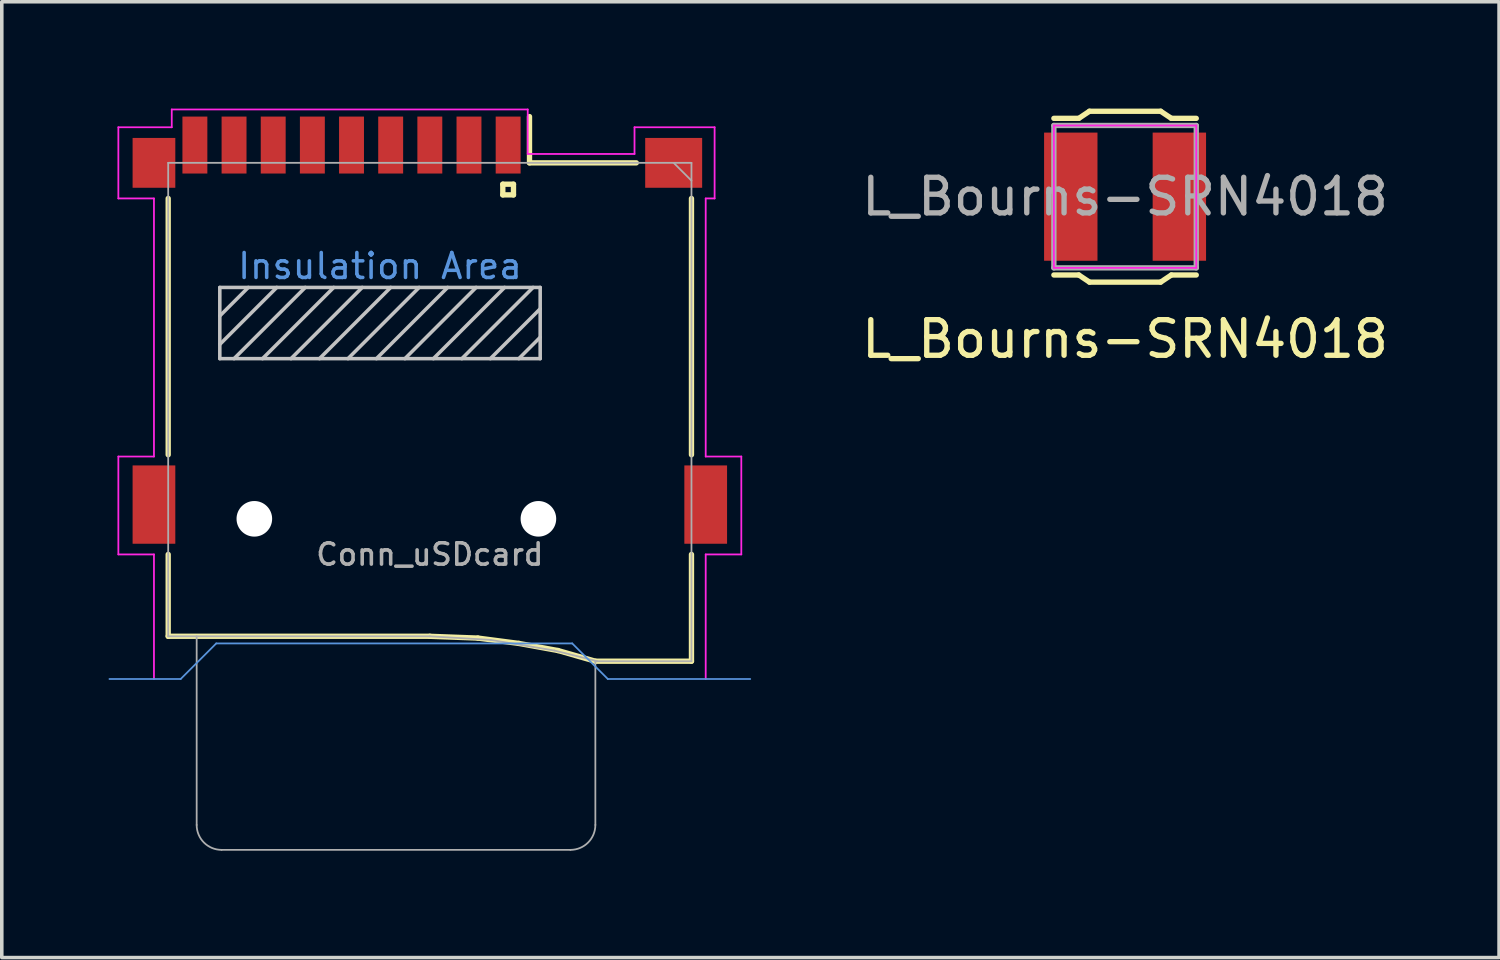
<source format=kicad_pcb>
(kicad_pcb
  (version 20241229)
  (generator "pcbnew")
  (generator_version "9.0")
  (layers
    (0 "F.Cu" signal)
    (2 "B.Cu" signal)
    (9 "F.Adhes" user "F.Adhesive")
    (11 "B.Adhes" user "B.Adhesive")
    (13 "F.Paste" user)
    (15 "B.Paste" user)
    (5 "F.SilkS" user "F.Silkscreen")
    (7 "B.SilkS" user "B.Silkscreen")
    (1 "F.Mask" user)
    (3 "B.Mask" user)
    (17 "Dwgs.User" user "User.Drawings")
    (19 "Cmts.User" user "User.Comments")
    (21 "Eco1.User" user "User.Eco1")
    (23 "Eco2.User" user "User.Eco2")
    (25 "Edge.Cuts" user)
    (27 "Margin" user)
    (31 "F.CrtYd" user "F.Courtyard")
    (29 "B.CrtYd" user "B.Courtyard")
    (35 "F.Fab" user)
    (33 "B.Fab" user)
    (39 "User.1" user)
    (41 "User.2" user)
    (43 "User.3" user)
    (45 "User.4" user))
  (footprint "Conn_uSDcard"
    (layer "F.Cu")
    (at 9.025 11.525)
    (property "Reference" "Conn_uSDcard" (at 0 1 180) (layer "F.Fab") (effects (font (size 0.6 0.6) (thickness 0.1))))
    (attr through_hole)
    (fp_line (start -7.35 -1.8) (end -7.35 -9) (stroke (width 0.15) (type solid)) (layer "F.SilkS"))
    (fp_line (start -7.35 1) (end -7.35 3.3) (stroke (width 0.15) (type solid)) (layer "F.SilkS"))
    (fp_line (start -7.35 3.3) (end 0 3.3) (stroke (width 0.15) (type solid)) (layer "F.SilkS"))
    (fp_line (start 0 3.3) (end 1.35 3.35) (stroke (width 0.15) (type solid)) (layer "F.SilkS"))
    (fp_line (start 1.35 3.35) (end 2.5 3.5) (stroke (width 0.15) (type solid)) (layer "F.SilkS"))
    (fp_line (start 2.05 -9.4) (end 2.05 -9.1) (stroke (width 0.15) (type solid)) (layer "F.SilkS"))
    (fp_line (start 2.05 -9.1) (end 2.35 -9.1) (stroke (width 0.15) (type solid)) (layer "F.SilkS"))
    (fp_line (start 2.35 -9.4) (end 2.05 -9.4) (stroke (width 0.15) (type solid)) (layer "F.SilkS"))
    (fp_line (start 2.35 -9.1) (end 2.35 -9.4) (stroke (width 0.15) (type solid)) (layer "F.SilkS"))
    (fp_line (start 2.5 3.5) (end 3.6 3.7) (stroke (width 0.15) (type solid)) (layer "F.SilkS"))
    (fp_line (start 2.8 -10) (end 2.8 -11.3) (stroke (width 0.15) (type solid)) (layer "F.SilkS"))
    (fp_line (start 2.8 -10) (end 5.8 -10) (stroke (width 0.15) (type solid)) (layer "F.SilkS"))
    (fp_line (start 3.6 3.7) (end 4.65 4) (stroke (width 0.15) (type solid)) (layer "F.SilkS"))
    (fp_line (start 4.65 4) (end 7.35 4) (stroke (width 0.15) (type solid)) (layer "F.SilkS"))
    (fp_line (start 7.35 -9) (end 7.35 -1.8) (stroke (width 0.15) (type solid)) (layer "F.SilkS"))
    (fp_line (start 7.35 4) (end 7.35 1) (stroke (width 0.15) (type solid)) (layer "F.SilkS"))
    (fp_line (start -5.9 -6.5) (end 3.1 -6.5) (stroke (width 0.1) (type solid)) (layer "Dwgs.User"))
    (fp_line (start -5.9 -5.7) (end -5.1 -6.5) (stroke (width 0.1) (type solid)) (layer "Dwgs.User"))
    (fp_line (start -5.9 -4.5) (end -5.9 -6.5) (stroke (width 0.1) (type solid)) (layer "Dwgs.User"))
    (fp_line (start -4.3 -6.5) (end -5.9 -4.9) (stroke (width 0.1) (type solid)) (layer "Dwgs.User"))
    (fp_line (start -3.5 -6.5) (end -5.5 -4.5) (stroke (width 0.1) (type solid)) (layer "Dwgs.User"))
    (fp_line (start -2.7 -6.5) (end -4.7 -4.5) (stroke (width 0.1) (type solid)) (layer "Dwgs.User"))
    (fp_line (start -1.9 -6.5) (end -3.9 -4.5) (stroke (width 0.1) (type solid)) (layer "Dwgs.User"))
    (fp_line (start -1.1 -6.5) (end -3.1 -4.5) (stroke (width 0.1) (type solid)) (layer "Dwgs.User"))
    (fp_line (start -0.3 -6.5) (end -2.3 -4.5) (stroke (width 0.1) (type solid)) (layer "Dwgs.User"))
    (fp_line (start 0.5 -6.5) (end -1.5 -4.5) (stroke (width 0.1) (type solid)) (layer "Dwgs.User"))
    (fp_line (start 1.3 -6.5) (end -0.7 -4.5) (stroke (width 0.1) (type solid)) (layer "Dwgs.User"))
    (fp_line (start 1.7 -4.5) (end 3.1 -5.9) (stroke (width 0.1) (type solid)) (layer "Dwgs.User"))
    (fp_line (start 2.1 -6.5) (end 0.1 -4.5) (stroke (width 0.1) (type solid)) (layer "Dwgs.User"))
    (fp_line (start 2.5 -4.5) (end 3.1 -5.1) (stroke (width 0.1) (type solid)) (layer "Dwgs.User"))
    (fp_line (start 2.9 -6.5) (end 0.9 -4.5) (stroke (width 0.1) (type solid)) (layer "Dwgs.User"))
    (fp_line (start 3.1 -6.5) (end 3.1 -4.5) (stroke (width 0.1) (type solid)) (layer "Dwgs.User"))
    (fp_line (start 3.1 -4.5) (end -5.9 -4.5) (stroke (width 0.1) (type solid)) (layer "Dwgs.User"))
    (fp_line (start -9 4.5) (end -7 4.5) (stroke (width 0.05) (type solid)) (layer "Cmts.User"))
    (fp_line (start -7 4.5) (end -6 3.5) (stroke (width 0.05) (type solid)) (layer "Cmts.User"))
    (fp_line (start -6 3.5) (end 4 3.5) (stroke (width 0.05) (type solid)) (layer "Cmts.User"))
    (fp_line (start 4 3.5) (end 5 4.5) (stroke (width 0.05) (type solid)) (layer "Cmts.User"))
    (fp_line (start 5 4.5) (end 9 4.5) (stroke (width 0.05) (type solid)) (layer "Cmts.User"))
    (fp_line (start -8.75 -11) (end -7.25 -11) (stroke (width 0.05) (type solid)) (layer "F.CrtYd"))
    (fp_line (start -8.75 -9) (end -8.75 -11) (stroke (width 0.05) (type solid)) (layer "F.CrtYd"))
    (fp_line (start -8.75 -1.75) (end -7.75 -1.75) (stroke (width 0.05) (type solid)) (layer "F.CrtYd"))
    (fp_line (start -8.75 1) (end -8.75 -1.75) (stroke (width 0.05) (type solid)) (layer "F.CrtYd"))
    (fp_line (start -7.75 -9) (end -8.75 -9) (stroke (width 0.05) (type solid)) (layer "F.CrtYd"))
    (fp_line (start -7.75 -1.75) (end -7.75 -9) (stroke (width 0.05) (type solid)) (layer "F.CrtYd"))
    (fp_line (start -7.75 1) (end -8.75 1) (stroke (width 0.05) (type solid)) (layer "F.CrtYd"))
    (fp_line (start -7.75 4.5) (end -7.75 1) (stroke (width 0.05) (type solid)) (layer "F.CrtYd"))
    (fp_line (start -7.25 -11.5) (end 2.75 -11.5) (stroke (width 0.05) (type solid)) (layer "F.CrtYd"))
    (fp_line (start -7.25 -11) (end -7.25 -11.5) (stroke (width 0.05) (type solid)) (layer "F.CrtYd"))
    (fp_line (start 2.75 -11.5) (end 2.75 -10.25) (stroke (width 0.05) (type solid)) (layer "F.CrtYd"))
    (fp_line (start 2.75 -10.25) (end 5.75 -10.25) (stroke (width 0.05) (type solid)) (layer "F.CrtYd"))
    (fp_line (start 5.75 -11) (end 8 -11) (stroke (width 0.05) (type solid)) (layer "F.CrtYd"))
    (fp_line (start 5.75 -10.25) (end 5.75 -11) (stroke (width 0.05) (type solid)) (layer "F.CrtYd"))
    (fp_line (start 7.75 -9) (end 7.75 -1.75) (stroke (width 0.05) (type solid)) (layer "F.CrtYd"))
    (fp_line (start 7.75 -1.75) (end 8.75 -1.75) (stroke (width 0.05) (type solid)) (layer "F.CrtYd"))
    (fp_line (start 7.75 1) (end 7.75 4.5) (stroke (width 0.05) (type solid)) (layer "F.CrtYd"))
    (fp_line (start 8 -11) (end 8 -9) (stroke (width 0.05) (type solid)) (layer "F.CrtYd"))
    (fp_line (start 8 -9) (end 7.75 -9) (stroke (width 0.05) (type solid)) (layer "F.CrtYd"))
    (fp_line (start 8.75 -1.75) (end 8.75 1) (stroke (width 0.05) (type solid)) (layer "F.CrtYd"))
    (fp_line (start 8.75 1) (end 7.75 1) (stroke (width 0.05) (type solid)) (layer "F.CrtYd"))
    (fp_line (start -7.35 -10) (end -7.35 3.3) (stroke (width 0.05) (type solid)) (layer "F.Fab"))
    (fp_line (start -7.35 -10) (end 7.35 -10) (stroke (width 0.05) (type solid)) (layer "F.Fab"))
    (fp_line (start -7.35 3.3) (end 0 3.3) (stroke (width 0.05) (type solid)) (layer "F.Fab"))
    (fp_line (start -6.55 8.6) (end -6.55 3.3) (stroke (width 0.05) (type solid)) (layer "F.Fab"))
    (fp_line (start -5.85 9.3) (end 3.95 9.3) (stroke (width 0.05) (type solid)) (layer "F.Fab"))
    (fp_line (start 0 3.3) (end 1.7 3.4) (stroke (width 0.05) (type solid)) (layer "F.Fab"))
    (fp_line (start 1.7 3.4) (end 3.5 3.7) (stroke (width 0.05) (type solid)) (layer "F.Fab"))
    (fp_line (start 3.5 3.7) (end 4.7 4) (stroke (width 0.05) (type solid)) (layer "F.Fab"))
    (fp_line (start 4.65 4) (end 7.35 4) (stroke (width 0.05) (type solid)) (layer "F.Fab"))
    (fp_line (start 4.65 8.6) (end 4.65 4) (stroke (width 0.05) (type solid)) (layer "F.Fab"))
    (fp_line (start 7.35 -10) (end 7.35 4) (stroke (width 0.05) (type solid)) (layer "F.Fab"))
    (fp_line (start 7.35 -9.5) (end 6.85 -10) (stroke (width 0.05) (type solid)) (layer "F.Fab"))
    (fp_arc (start -5.85 9.3) (mid -6.344975 9.094975) (end -6.55 8.6) (stroke (width 0.05) (type solid)) (layer "F.Fab"))
    (fp_arc (start 4.65 8.6) (mid 4.444975 9.094975) (end 3.95 9.3) (stroke (width 0.05) (type solid)) (layer "F.Fab"))
    (fp_text user "Insulation Area" (at -1.4 -7.1 0) (layer "Cmts.User") (effects (font (size 0.7 0.7) (thickness 0.1))))
    (fp_text user "${REFERENCE}" (at 2.1 -9.35 180) (layer "Eco1.User") (effects (font (size 0.3 0.3) (thickness 0.03))))
    (pad "" np_thru_hole circle (at -4.93 0) (size 1 1) (drill 1) (layers "*.Cu"))
    (pad "" np_thru_hole circle (at 3.05 0) (size 1 1) (drill 1) (layers "*.Cu"))
    (pad "1" smd rect (at 2.2 -10.5) (size 0.7 1.6) (layers "F.Cu" "F.Mask" "F.Paste"))
    (pad "2" smd rect (at 1.1 -10.5) (size 0.7 1.6) (layers "F.Cu" "F.Mask" "F.Paste"))
    (pad "3" smd rect (at 0 -10.5) (size 0.7 1.6) (layers "F.Cu" "F.Mask" "F.Paste"))
    (pad "4" smd rect (at -1.1 -10.5) (size 0.7 1.6) (layers "F.Cu" "F.Mask" "F.Paste"))
    (pad "5" smd rect (at -2.2 -10.5) (size 0.7 1.6) (layers "F.Cu" "F.Mask" "F.Paste"))
    (pad "6" smd rect (at -3.3 -10.5) (size 0.7 1.6) (layers "F.Cu" "F.Mask" "F.Paste"))
    (pad "7" smd rect (at -4.4 -10.5) (size 0.7 1.6) (layers "F.Cu" "F.Mask" "F.Paste"))
    (pad "8" smd rect (at -5.5 -10.5) (size 0.7 1.6) (layers "F.Cu" "F.Mask" "F.Paste"))
    (pad "9" smd rect (at -6.6 -10.5) (size 0.7 1.6) (layers "F.Cu" "F.Mask" "F.Paste"))
    (pad "10" smd rect (at -7.75 -10) (size 1.2 1.4) (layers "F.Cu" "F.Mask" "F.Paste"))
    (pad "10" smd rect (at -7.75 -0.4) (size 1.2 2.2) (layers "F.Cu" "F.Mask" "F.Paste"))
    (pad "10" smd rect (at 6.85 -10) (size 1.6 1.4) (layers "F.Cu" "F.Mask" "F.Paste"))
    (pad "10" smd rect (at 7.75 -0.4) (size 1.2 2.2) (layers "F.Cu" "F.Mask" "F.Paste")))
  (footprint "L_Bourns-SRN4018"
    (layer "F.Cu")
    (at 28.556 2.475)
    (property "Reference" "L_Bourns-SRN4018" (at 0 4 0) (layer "F.SilkS") (effects (font (size 1 1) (thickness 0.15))))
    (attr smd)
    (fp_line (start -2 2.2) (end -1.3 2.2) (stroke (width 0.15) (type solid)) (layer "F.SilkS"))
    (fp_line (start -1.3 -2.2) (end -2 -2.2) (stroke (width 0.15) (type solid)) (layer "F.SilkS"))
    (fp_line (start -1.3 2.2) (end -1 2.4) (stroke (width 0.15) (type solid)) (layer "F.SilkS"))
    (fp_line (start -1 -2.4) (end -1.3 -2.2) (stroke (width 0.15) (type solid)) (layer "F.SilkS"))
    (fp_line (start -1 2.4) (end 1 2.4) (stroke (width 0.15) (type solid)) (layer "F.SilkS"))
    (fp_line (start 1 -2.4) (end -1 -2.4) (stroke (width 0.15) (type solid)) (layer "F.SilkS"))
    (fp_line (start 1 2.4) (end 1.3 2.2) (stroke (width 0.15) (type solid)) (layer "F.SilkS"))
    (fp_line (start 1.3 -2.2) (end 1 -2.4) (stroke (width 0.15) (type solid)) (layer "F.SilkS"))
    (fp_line (start 1.3 2.2) (end 2 2.2) (stroke (width 0.15) (type solid)) (layer "F.SilkS"))
    (fp_line (start 2 -2.2) (end 1.3 -2.2) (stroke (width 0.15) (type solid)) (layer "F.SilkS"))
    (fp_line (start -2 -2) (end 2 -2) (stroke (width 0.05) (type solid)) (layer "F.CrtYd"))
    (fp_line (start -2 2) (end -2 -2) (stroke (width 0.05) (type solid)) (layer "F.CrtYd"))
    (fp_line (start 2 -2) (end 2 2) (stroke (width 0.05) (type solid)) (layer "F.CrtYd"))
    (fp_line (start 2 2) (end -2 2) (stroke (width 0.05) (type solid)) (layer "F.CrtYd"))
    (fp_line (start -2 -2) (end 2 -2) (stroke (width 0.15) (type solid)) (layer "F.Fab"))
    (fp_line (start -2 2) (end -2 -2) (stroke (width 0.15) (type solid)) (layer "F.Fab"))
    (fp_line (start 2 -2) (end 2 2) (stroke (width 0.15) (type solid)) (layer "F.Fab"))
    (fp_line (start 2 2) (end -2 2) (stroke (width 0.15) (type solid)) (layer "F.Fab"))
    (fp_text user "${REFERENCE}" (at 0 0 0) (layer "F.Fab") (effects (font (size 1 1) (thickness 0.15))))
    (pad "1" smd rect (at 1.525 0) (size 1.5 3.6) (layers "F.Cu" "F.Mask" "F.Paste"))
    (pad "2" smd rect (at -1.525 0) (size 1.5 3.6) (layers "F.Cu" "F.Mask" "F.Paste")))
  (gr_rect
    (start -3 -3)
    (end 39.062 23.85)
    (stroke (width 0.1) (type default))
    (fill no)
    (layer "Edge.Cuts")))
</source>
